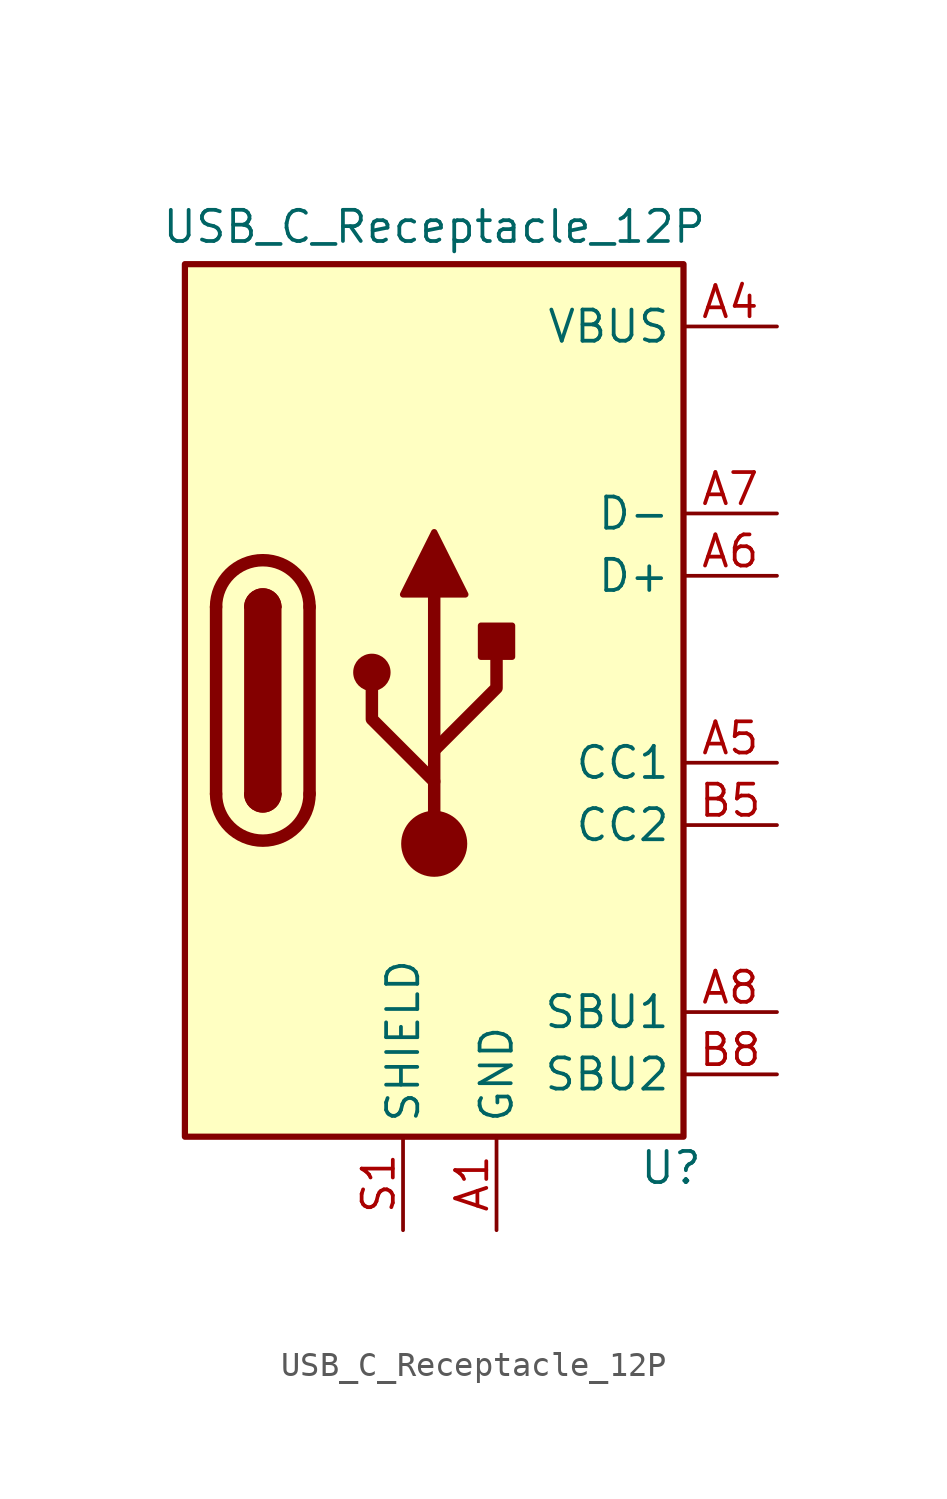
<source format=kicad_sym>
(kicad_symbol_lib
  (version 20231120)
  (generator "kicad_symbol_editor")
  (generator_version "8.0")
  (symbol "USB_C_Receptacle_12P"
    (property "Reference" "U"
      (at 9.652 -19.05 0)
      (effects (font (size 1.27 1.27))))
    (property "Value" "USB_C_Receptacle_12P"
      (at 0 19.304 0)
      (effects (font (size 1.27 1.27))))
    (symbol "USB_C_Receptacle_12P_0_1"
      (rectangle (start -10.16 17.78) (end 10.16 -17.78) (stroke (width 0.254) (type default)) (fill (type background)))
      (arc (start -8.89 -3.81) (mid -6.985 -5.7067) (end -5.08 -3.81) (stroke (width 0.508) (type default)) (fill (type none)))
      (arc (start -7.62 -3.81) (mid -6.985 -4.4423) (end -6.35 -3.81) (stroke (width 0.254) (type default)) (fill (type none)))
      (arc (start -7.62 -3.81) (mid -6.985 -4.4423) (end -6.35 -3.81) (stroke (width 0.254) (type default)) (fill (type outline)))
      (rectangle (start -7.62 -3.81) (end -6.35 3.81) (stroke (width 0.254) (type default)) (fill (type outline)))
      (arc (start -6.35 3.81) (mid -6.985 4.4423) (end -7.62 3.81) (stroke (width 0.254) (type default)) (fill (type none)))
      (arc (start -6.35 3.81) (mid -6.985 4.4423) (end -7.62 3.81) (stroke (width 0.254) (type default)) (fill (type outline)))
      (arc (start -5.08 3.81) (mid -6.985 5.7067) (end -8.89 3.81) (stroke (width 0.508) (type default)) (fill (type none)))
      (circle (center -2.54 1.143) (radius 0.635) (stroke (width 0.254) (type default)) (fill (type outline)))
      (circle (center 0 -5.842) (radius 1.27) (stroke (width 0) (type default)) (fill (type outline)))
      (polyline (pts (xy -8.89 -3.81) (xy -8.89 3.81)) (stroke (width 0.508) (type default)) (fill (type none)))
      (polyline (pts (xy -5.08 3.81) (xy -5.08 -3.81)) (stroke (width 0.508) (type default)) (fill (type none)))
      (polyline (pts (xy 0 -5.842) (xy 0 4.318)) (stroke (width 0.508) (type default)) (fill (type none)))
      (polyline (pts (xy 0 -3.302) (xy -2.54 -0.762) (xy -2.54 0.508)) (stroke (width 0.508) (type default)) (fill (type none)))
      (polyline (pts (xy 0 -2.032) (xy 2.54 0.508) (xy 2.54 1.778)) (stroke (width 0.508) (type default)) (fill (type none)))
      (polyline (pts (xy -1.27 4.318) (xy 0 6.858) (xy 1.27 4.318) (xy -1.27 4.318)) (stroke (width 0.254) (type default)) (fill (type outline)))
      (rectangle (start 1.905 1.778) (end 3.175 3.048) (stroke (width 0.254) (type default)) (fill (type outline))))
    (symbol "USB_C_Receptacle_12P_1_1"
      (pin passive line (at 2.54 -21.59 90) (length 3.81) (name "GND" (effects (font (size 1.27 1.27)))) (number "A1" (effects (font (size 1.27 1.27)))))
      (pin passive line (at 13.97 15.24 180) (length 3.81) (name "VBUS" (effects (font (size 1.27 1.27)))) (number "A4" (effects (font (size 1.27 1.27)))))
      (pin bidirectional line (at 13.97 -2.54 180) (length 3.81) (name "CC1" (effects (font (size 1.27 1.27)))) (number "A5" (effects (font (size 1.27 1.27)))))
      (pin bidirectional line (at 13.97 5.08 180) (length 3.81) (name "D+" (effects (font (size 1.27 1.27)))) (number "A6" (effects (font (size 1.27 1.27)))))
      (pin bidirectional line (at 13.97 7.62 180) (length 3.81) (name "D-" (effects (font (size 1.27 1.27)))) (number "A7" (effects (font (size 1.27 1.27)))))
      (pin bidirectional line (at 13.97 -12.7 180) (length 3.81) (name "SBU1" (effects (font (size 1.27 1.27)))) (number "A8" (effects (font (size 1.27 1.27)))))
      (pin passive line (at 2.54 -21.59 90) (length 3.81) hide (name "GND" (effects (font (size 1.27 1.27)))) (number "B1" (effects (font (size 1.27 1.27)))))
      (pin passive line (at 13.97 15.24 180) (length 3.81) hide (name "VBUS" (effects (font (size 1.27 1.27)))) (number "B4" (effects (font (size 1.27 1.27)))))
      (pin bidirectional line (at 13.97 -5.08 180) (length 3.81) (name "CC2" (effects (font (size 1.27 1.27)))) (number "B5" (effects (font (size 1.27 1.27)))))
      (pin bidirectional line (at 13.97 5.08 180) (length 3.81) hide (name "D+" (effects (font (size 1.27 1.27)))) (number "B6" (effects (font (size 1.27 1.27)))))
      (pin bidirectional line (at 13.97 7.62 180) (length 3.81) hide (name "D-" (effects (font (size 1.27 1.27)))) (number "B7" (effects (font (size 1.27 1.27)))))
      (pin bidirectional line (at 13.97 -15.24 180) (length 3.81) (name "SBU2" (effects (font (size 1.27 1.27)))) (number "B8" (effects (font (size 1.27 1.27)))))
      (pin passive line (at -1.27 -21.59 90) (length 3.81) (name "SHIELD" (effects (font (size 1.27 1.27)))) (number "S1" (effects (font (size 1.27 1.27))))))))
</source>
